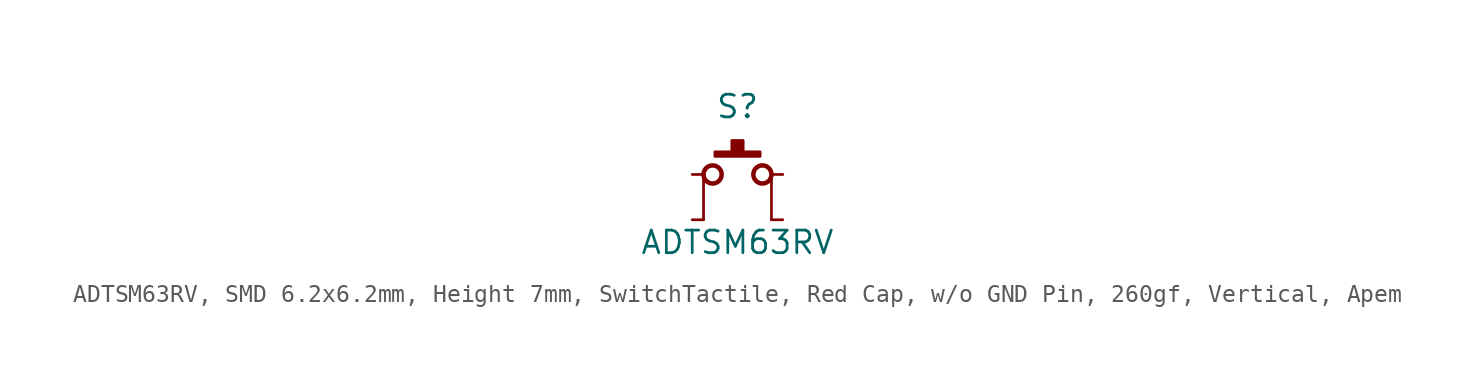
<source format=kicad_sym>
(kicad_symbol_lib
  (version 20241209)
  (generator "kicad_symbol_editor")
  (generator_version "9.0")
  (symbol "ADTSM63RV, SMD 6.2x6.2mm, Height 7mm, SwitchTactile, Red Cap, w/o GND Pin, 260gf, Vertical, Apem"
    (pin_numbers
      (hide yes))
    (pin_names
      (offset 0)
      (hide yes))
    (property "Reference" "S"
      (at 0 3.81 0)
      (effects (font (size 1.27 1.27))))
    (property "Value" "ADTSM63RV"
      (at 0 -3.81 0)
      (effects (font (size 1.27 1.27))))
    (symbol "ADTSM63RV, SMD 6.2x6.2mm, Height 7mm, SwitchTactile, Red Cap, w/o GND Pin, 260gf, Vertical, Apem_0_1"
      (polyline (pts (xy -1.905 -2.54) (xy -1.905 0)) (stroke (width 0.152) (type default)) (fill (type none)))
      (circle (center -1.397 0) (radius 0.508) (stroke (width 0.254) (type default)) (fill (type none)))
      (rectangle (start -1.27 1.27) (end 1.27 1.016) (stroke (width 0.152) (type default)) (fill (type outline)))
      (rectangle (start -0.318 1.905) (end 0.318 1.27) (stroke (width 0.152) (type default)) (fill (type outline)))
      (circle (center 1.397 0) (radius 0.508) (stroke (width 0.254) (type default)) (fill (type none)))
      (polyline (pts (xy 1.905 -2.54) (xy 1.905 0)) (stroke (width 0.152) (type default)) (fill (type none))))
    (symbol "ADTSM63RV, SMD 6.2x6.2mm, Height 7mm, SwitchTactile, Red Cap, w/o GND Pin, 260gf, Vertical, Apem_1_1"
      (pin passive line (at -2.54 0 0) (length 0.635) (name "1" (effects (font (size 1.27 1.27)))) (number "1" (effects (font (size 1.27 1.27)))))
      (pin passive line (at -2.54 -2.54 0) (length 0.635) (name "2" (effects (font (size 1.27 1.27)))) (number "2" (effects (font (size 1.27 1.27)))))
      (pin passive line (at 2.54 0 180) (length 0.635) (name "3" (effects (font (size 1.27 1.27)))) (number "3" (effects (font (size 1.27 1.27)))))
      (pin passive line (at 2.54 -2.54 180) (length 0.635) (name "4" (effects (font (size 1.27 1.27)))) (number "4" (effects (font (size 1.27 1.27))))))))
</source>
